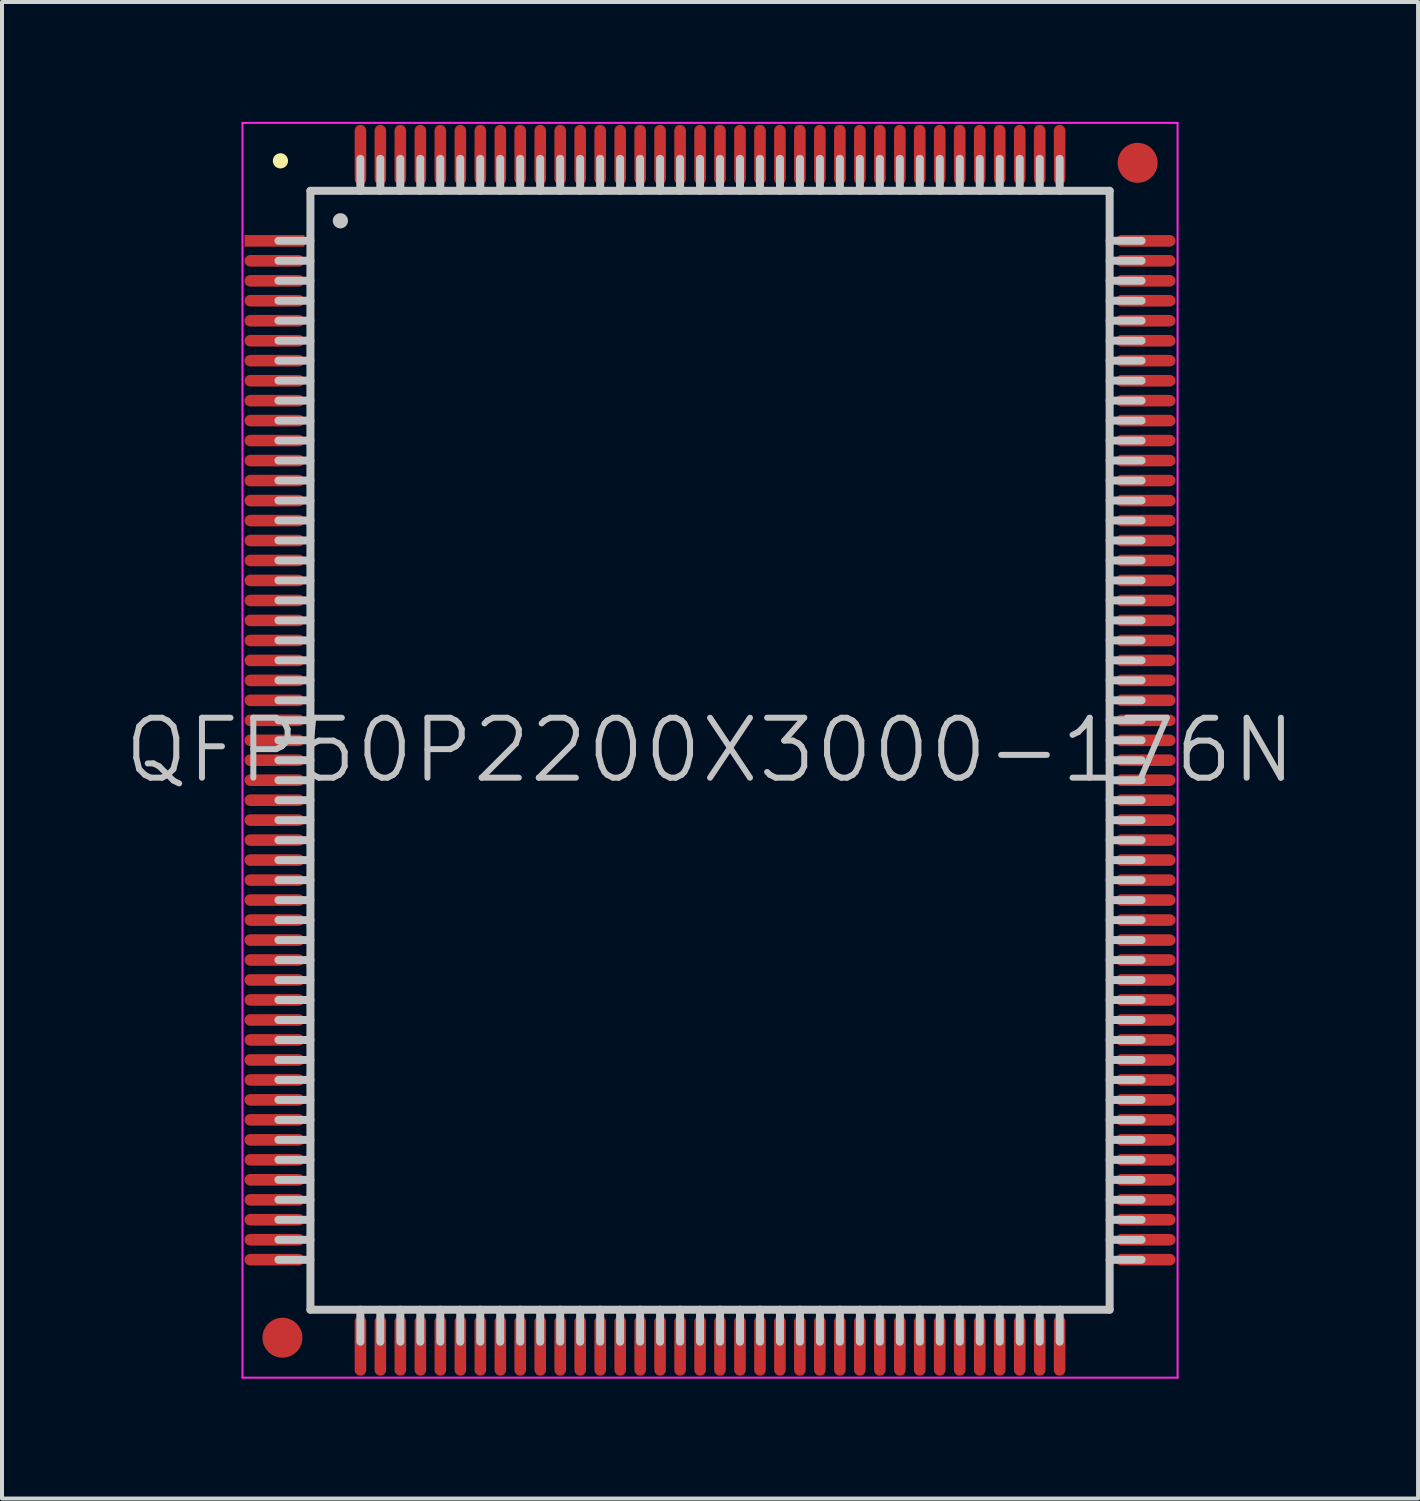
<source format=kicad_pcb>
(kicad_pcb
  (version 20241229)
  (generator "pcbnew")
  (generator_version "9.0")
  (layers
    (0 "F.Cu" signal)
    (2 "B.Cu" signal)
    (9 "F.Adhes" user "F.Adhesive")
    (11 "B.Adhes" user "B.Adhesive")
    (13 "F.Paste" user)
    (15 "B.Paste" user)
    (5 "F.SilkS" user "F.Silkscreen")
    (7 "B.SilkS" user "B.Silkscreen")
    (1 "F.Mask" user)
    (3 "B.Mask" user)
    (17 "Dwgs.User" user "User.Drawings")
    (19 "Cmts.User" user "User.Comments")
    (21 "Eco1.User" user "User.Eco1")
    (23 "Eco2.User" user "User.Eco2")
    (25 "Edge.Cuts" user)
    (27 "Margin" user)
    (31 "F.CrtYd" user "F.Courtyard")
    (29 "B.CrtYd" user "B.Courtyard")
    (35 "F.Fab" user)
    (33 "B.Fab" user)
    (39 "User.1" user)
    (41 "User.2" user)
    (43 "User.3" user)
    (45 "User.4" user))
  (footprint "QFP50P2200X3000-176N"
    (layer "F.Cu")
    (at 14.718 15.725)
    (property "Reference" "QFP50P2200X3000-176N" (at 0 0 0) (layer "Dwgs.User") (effects (font (size 1.5 1.5) (thickness 0.15))))
    (attr smd)
    (fp_line (start -10.75 -14.75) (end -10.75 -14.75) (stroke (width 0.381) (type solid)) (layer "F.SilkS"))
    (fp_line (start -10 -14) (end -10 14) (stroke (width 0.2) (type solid)) (layer "Dwgs.User"))
    (fp_line (start -10 -14) (end 10 -14) (stroke (width 0.2) (type solid)) (layer "Dwgs.User"))
    (fp_line (start -10 -12.75) (end -10.8 -12.75) (stroke (width 0.2) (type solid)) (layer "Dwgs.User"))
    (fp_line (start -10 -12.25) (end -10.8 -12.25) (stroke (width 0.2) (type solid)) (layer "Dwgs.User"))
    (fp_line (start -10 -11.75) (end -10.8 -11.75) (stroke (width 0.2) (type solid)) (layer "Dwgs.User"))
    (fp_line (start -10 -11.25) (end -10.8 -11.25) (stroke (width 0.2) (type solid)) (layer "Dwgs.User"))
    (fp_line (start -10 -10.75) (end -10.8 -10.75) (stroke (width 0.2) (type solid)) (layer "Dwgs.User"))
    (fp_line (start -10 -10.25) (end -10.8 -10.25) (stroke (width 0.2) (type solid)) (layer "Dwgs.User"))
    (fp_line (start -10 -9.75) (end -10.8 -9.75) (stroke (width 0.2) (type solid)) (layer "Dwgs.User"))
    (fp_line (start -10 -9.25) (end -10.8 -9.25) (stroke (width 0.2) (type solid)) (layer "Dwgs.User"))
    (fp_line (start -10 -8.75) (end -10.8 -8.75) (stroke (width 0.2) (type solid)) (layer "Dwgs.User"))
    (fp_line (start -10 -8.25) (end -10.8 -8.25) (stroke (width 0.2) (type solid)) (layer "Dwgs.User"))
    (fp_line (start -10 -7.75) (end -10.8 -7.75) (stroke (width 0.2) (type solid)) (layer "Dwgs.User"))
    (fp_line (start -10 -7.25) (end -10.8 -7.25) (stroke (width 0.2) (type solid)) (layer "Dwgs.User"))
    (fp_line (start -10 -6.75) (end -10.8 -6.75) (stroke (width 0.2) (type solid)) (layer "Dwgs.User"))
    (fp_line (start -10 -6.25) (end -10.8 -6.25) (stroke (width 0.2) (type solid)) (layer "Dwgs.User"))
    (fp_line (start -10 -5.75) (end -10.8 -5.75) (stroke (width 0.2) (type solid)) (layer "Dwgs.User"))
    (fp_line (start -10 -5.25) (end -10.8 -5.25) (stroke (width 0.2) (type solid)) (layer "Dwgs.User"))
    (fp_line (start -10 -4.75) (end -10.8 -4.75) (stroke (width 0.2) (type solid)) (layer "Dwgs.User"))
    (fp_line (start -10 -4.25) (end -10.8 -4.25) (stroke (width 0.2) (type solid)) (layer "Dwgs.User"))
    (fp_line (start -10 -3.75) (end -10.8 -3.75) (stroke (width 0.2) (type solid)) (layer "Dwgs.User"))
    (fp_line (start -10 -3.25) (end -10.8 -3.25) (stroke (width 0.2) (type solid)) (layer "Dwgs.User"))
    (fp_line (start -10 -2.75) (end -10.8 -2.75) (stroke (width 0.2) (type solid)) (layer "Dwgs.User"))
    (fp_line (start -10 -2.25) (end -10.8 -2.25) (stroke (width 0.2) (type solid)) (layer "Dwgs.User"))
    (fp_line (start -10 -1.75) (end -10.8 -1.75) (stroke (width 0.2) (type solid)) (layer "Dwgs.User"))
    (fp_line (start -10 -1.25) (end -10.8 -1.25) (stroke (width 0.2) (type solid)) (layer "Dwgs.User"))
    (fp_line (start -10 -0.75) (end -10.8 -0.75) (stroke (width 0.2) (type solid)) (layer "Dwgs.User"))
    (fp_line (start -10 -0.25) (end -10.8 -0.25) (stroke (width 0.2) (type solid)) (layer "Dwgs.User"))
    (fp_line (start -10 0.25) (end -10.8 0.25) (stroke (width 0.2) (type solid)) (layer "Dwgs.User"))
    (fp_line (start -10 0.75) (end -10.8 0.75) (stroke (width 0.2) (type solid)) (layer "Dwgs.User"))
    (fp_line (start -10 1.25) (end -10.8 1.25) (stroke (width 0.2) (type solid)) (layer "Dwgs.User"))
    (fp_line (start -10 1.75) (end -10.8 1.75) (stroke (width 0.2) (type solid)) (layer "Dwgs.User"))
    (fp_line (start -10 2.25) (end -10.8 2.25) (stroke (width 0.2) (type solid)) (layer "Dwgs.User"))
    (fp_line (start -10 2.75) (end -10.8 2.75) (stroke (width 0.2) (type solid)) (layer "Dwgs.User"))
    (fp_line (start -10 3.25) (end -10.8 3.25) (stroke (width 0.2) (type solid)) (layer "Dwgs.User"))
    (fp_line (start -10 3.75) (end -10.8 3.75) (stroke (width 0.2) (type solid)) (layer "Dwgs.User"))
    (fp_line (start -10 4.25) (end -10.8 4.25) (stroke (width 0.2) (type solid)) (layer "Dwgs.User"))
    (fp_line (start -10 4.75) (end -10.8 4.75) (stroke (width 0.2) (type solid)) (layer "Dwgs.User"))
    (fp_line (start -10 5.25) (end -10.8 5.25) (stroke (width 0.2) (type solid)) (layer "Dwgs.User"))
    (fp_line (start -10 5.75) (end -10.8 5.75) (stroke (width 0.2) (type solid)) (layer "Dwgs.User"))
    (fp_line (start -10 6.25) (end -10.8 6.25) (stroke (width 0.2) (type solid)) (layer "Dwgs.User"))
    (fp_line (start -10 6.75) (end -10.8 6.75) (stroke (width 0.2) (type solid)) (layer "Dwgs.User"))
    (fp_line (start -10 7.25) (end -10.8 7.25) (stroke (width 0.2) (type solid)) (layer "Dwgs.User"))
    (fp_line (start -10 7.75) (end -10.8 7.75) (stroke (width 0.2) (type solid)) (layer "Dwgs.User"))
    (fp_line (start -10 8.25) (end -10.8 8.25) (stroke (width 0.2) (type solid)) (layer "Dwgs.User"))
    (fp_line (start -10 8.75) (end -10.8 8.75) (stroke (width 0.2) (type solid)) (layer "Dwgs.User"))
    (fp_line (start -10 9.25) (end -10.8 9.25) (stroke (width 0.2) (type solid)) (layer "Dwgs.User"))
    (fp_line (start -10 9.75) (end -10.8 9.75) (stroke (width 0.2) (type solid)) (layer "Dwgs.User"))
    (fp_line (start -10 10.25) (end -10.8 10.25) (stroke (width 0.2) (type solid)) (layer "Dwgs.User"))
    (fp_line (start -10 10.75) (end -10.8 10.75) (stroke (width 0.2) (type solid)) (layer "Dwgs.User"))
    (fp_line (start -10 11.25) (end -10.8 11.25) (stroke (width 0.2) (type solid)) (layer "Dwgs.User"))
    (fp_line (start -10 11.75) (end -10.8 11.75) (stroke (width 0.2) (type solid)) (layer "Dwgs.User"))
    (fp_line (start -10 12.25) (end -10.8 12.25) (stroke (width 0.2) (type solid)) (layer "Dwgs.User"))
    (fp_line (start -10 12.75) (end -10.8 12.75) (stroke (width 0.2) (type solid)) (layer "Dwgs.User"))
    (fp_line (start -10 14) (end 10 14) (stroke (width 0.2) (type solid)) (layer "Dwgs.User"))
    (fp_line (start -9.25 -13.25) (end -9.25 -13.25) (stroke (width 0.381) (type solid)) (layer "Dwgs.User"))
    (fp_line (start -8.75 -14) (end -8.75 -14.8) (stroke (width 0.2) (type solid)) (layer "Dwgs.User"))
    (fp_line (start -8.75 14.8) (end -8.75 14) (stroke (width 0.2) (type solid)) (layer "Dwgs.User"))
    (fp_line (start -8.25 -14) (end -8.25 -14.8) (stroke (width 0.2) (type solid)) (layer "Dwgs.User"))
    (fp_line (start -8.25 14.8) (end -8.25 14) (stroke (width 0.2) (type solid)) (layer "Dwgs.User"))
    (fp_line (start -7.75 -14) (end -7.75 -14.8) (stroke (width 0.2) (type solid)) (layer "Dwgs.User"))
    (fp_line (start -7.75 14.8) (end -7.75 14) (stroke (width 0.2) (type solid)) (layer "Dwgs.User"))
    (fp_line (start -7.25 -14) (end -7.25 -14.8) (stroke (width 0.2) (type solid)) (layer "Dwgs.User"))
    (fp_line (start -7.25 14.8) (end -7.25 14) (stroke (width 0.2) (type solid)) (layer "Dwgs.User"))
    (fp_line (start -6.75 -14) (end -6.75 -14.8) (stroke (width 0.2) (type solid)) (layer "Dwgs.User"))
    (fp_line (start -6.75 14.8) (end -6.75 14) (stroke (width 0.2) (type solid)) (layer "Dwgs.User"))
    (fp_line (start -6.25 -14) (end -6.25 -14.8) (stroke (width 0.2) (type solid)) (layer "Dwgs.User"))
    (fp_line (start -6.25 14.8) (end -6.25 14) (stroke (width 0.2) (type solid)) (layer "Dwgs.User"))
    (fp_line (start -5.75 -14) (end -5.75 -14.8) (stroke (width 0.2) (type solid)) (layer "Dwgs.User"))
    (fp_line (start -5.75 14.8) (end -5.75 14) (stroke (width 0.2) (type solid)) (layer "Dwgs.User"))
    (fp_line (start -5.25 -14) (end -5.25 -14.8) (stroke (width 0.2) (type solid)) (layer "Dwgs.User"))
    (fp_line (start -5.25 14.8) (end -5.25 14) (stroke (width 0.2) (type solid)) (layer "Dwgs.User"))
    (fp_line (start -4.75 -14) (end -4.75 -14.8) (stroke (width 0.2) (type solid)) (layer "Dwgs.User"))
    (fp_line (start -4.75 14.8) (end -4.75 14) (stroke (width 0.2) (type solid)) (layer "Dwgs.User"))
    (fp_line (start -4.25 -14) (end -4.25 -14.8) (stroke (width 0.2) (type solid)) (layer "Dwgs.User"))
    (fp_line (start -4.25 14.8) (end -4.25 14) (stroke (width 0.2) (type solid)) (layer "Dwgs.User"))
    (fp_line (start -3.75 -14) (end -3.75 -14.8) (stroke (width 0.2) (type solid)) (layer "Dwgs.User"))
    (fp_line (start -3.75 14.8) (end -3.75 14) (stroke (width 0.2) (type solid)) (layer "Dwgs.User"))
    (fp_line (start -3.25 -14) (end -3.25 -14.8) (stroke (width 0.2) (type solid)) (layer "Dwgs.User"))
    (fp_line (start -3.25 14.8) (end -3.25 14) (stroke (width 0.2) (type solid)) (layer "Dwgs.User"))
    (fp_line (start -2.75 -14) (end -2.75 -14.8) (stroke (width 0.2) (type solid)) (layer "Dwgs.User"))
    (fp_line (start -2.75 14.8) (end -2.75 14) (stroke (width 0.2) (type solid)) (layer "Dwgs.User"))
    (fp_line (start -2.25 -14) (end -2.25 -14.8) (stroke (width 0.2) (type solid)) (layer "Dwgs.User"))
    (fp_line (start -2.25 14.8) (end -2.25 14) (stroke (width 0.2) (type solid)) (layer "Dwgs.User"))
    (fp_line (start -1.75 -14) (end -1.75 -14.8) (stroke (width 0.2) (type solid)) (layer "Dwgs.User"))
    (fp_line (start -1.75 14.8) (end -1.75 14) (stroke (width 0.2) (type solid)) (layer "Dwgs.User"))
    (fp_line (start -1.25 -14) (end -1.25 -14.8) (stroke (width 0.2) (type solid)) (layer "Dwgs.User"))
    (fp_line (start -1.25 14.8) (end -1.25 14) (stroke (width 0.2) (type solid)) (layer "Dwgs.User"))
    (fp_line (start -0.75 -14) (end -0.75 -14.8) (stroke (width 0.2) (type solid)) (layer "Dwgs.User"))
    (fp_line (start -0.75 14.8) (end -0.75 14) (stroke (width 0.2) (type solid)) (layer "Dwgs.User"))
    (fp_line (start -0.25 -14) (end -0.25 -14.8) (stroke (width 0.2) (type solid)) (layer "Dwgs.User"))
    (fp_line (start -0.25 14.8) (end -0.25 14) (stroke (width 0.2) (type solid)) (layer "Dwgs.User"))
    (fp_line (start 0.25 -14) (end 0.25 -14.8) (stroke (width 0.2) (type solid)) (layer "Dwgs.User"))
    (fp_line (start 0.25 14.8) (end 0.25 14) (stroke (width 0.2) (type solid)) (layer "Dwgs.User"))
    (fp_line (start 0.75 -14) (end 0.75 -14.8) (stroke (width 0.2) (type solid)) (layer "Dwgs.User"))
    (fp_line (start 0.75 14.8) (end 0.75 14) (stroke (width 0.2) (type solid)) (layer "Dwgs.User"))
    (fp_line (start 1.25 -14) (end 1.25 -14.8) (stroke (width 0.2) (type solid)) (layer "Dwgs.User"))
    (fp_line (start 1.25 14.8) (end 1.25 14) (stroke (width 0.2) (type solid)) (layer "Dwgs.User"))
    (fp_line (start 1.75 -14) (end 1.75 -14.8) (stroke (width 0.2) (type solid)) (layer "Dwgs.User"))
    (fp_line (start 1.75 14.8) (end 1.75 14) (stroke (width 0.2) (type solid)) (layer "Dwgs.User"))
    (fp_line (start 2.25 -14) (end 2.25 -14.8) (stroke (width 0.2) (type solid)) (layer "Dwgs.User"))
    (fp_line (start 2.25 14.8) (end 2.25 14) (stroke (width 0.2) (type solid)) (layer "Dwgs.User"))
    (fp_line (start 2.75 -14) (end 2.75 -14.8) (stroke (width 0.2) (type solid)) (layer "Dwgs.User"))
    (fp_line (start 2.75 14.8) (end 2.75 14) (stroke (width 0.2) (type solid)) (layer "Dwgs.User"))
    (fp_line (start 3.25 -14) (end 3.25 -14.8) (stroke (width 0.2) (type solid)) (layer "Dwgs.User"))
    (fp_line (start 3.25 14.8) (end 3.25 14) (stroke (width 0.2) (type solid)) (layer "Dwgs.User"))
    (fp_line (start 3.75 -14) (end 3.75 -14.8) (stroke (width 0.2) (type solid)) (layer "Dwgs.User"))
    (fp_line (start 3.75 14.8) (end 3.75 14) (stroke (width 0.2) (type solid)) (layer "Dwgs.User"))
    (fp_line (start 4.25 -14) (end 4.25 -14.8) (stroke (width 0.2) (type solid)) (layer "Dwgs.User"))
    (fp_line (start 4.25 14.8) (end 4.25 14) (stroke (width 0.2) (type solid)) (layer "Dwgs.User"))
    (fp_line (start 4.75 -14) (end 4.75 -14.8) (stroke (width 0.2) (type solid)) (layer "Dwgs.User"))
    (fp_line (start 4.75 14.8) (end 4.75 14) (stroke (width 0.2) (type solid)) (layer "Dwgs.User"))
    (fp_line (start 5.25 -14) (end 5.25 -14.8) (stroke (width 0.2) (type solid)) (layer "Dwgs.User"))
    (fp_line (start 5.25 14.8) (end 5.25 14) (stroke (width 0.2) (type solid)) (layer "Dwgs.User"))
    (fp_line (start 5.75 -14) (end 5.75 -14.8) (stroke (width 0.2) (type solid)) (layer "Dwgs.User"))
    (fp_line (start 5.75 14.8) (end 5.75 14) (stroke (width 0.2) (type solid)) (layer "Dwgs.User"))
    (fp_line (start 6.25 -14) (end 6.25 -14.8) (stroke (width 0.2) (type solid)) (layer "Dwgs.User"))
    (fp_line (start 6.25 14.8) (end 6.25 14) (stroke (width 0.2) (type solid)) (layer "Dwgs.User"))
    (fp_line (start 6.75 -14) (end 6.75 -14.8) (stroke (width 0.2) (type solid)) (layer "Dwgs.User"))
    (fp_line (start 6.75 14.8) (end 6.75 14) (stroke (width 0.2) (type solid)) (layer "Dwgs.User"))
    (fp_line (start 7.25 -14) (end 7.25 -14.8) (stroke (width 0.2) (type solid)) (layer "Dwgs.User"))
    (fp_line (start 7.25 14.8) (end 7.25 14) (stroke (width 0.2) (type solid)) (layer "Dwgs.User"))
    (fp_line (start 7.75 -14) (end 7.75 -14.8) (stroke (width 0.2) (type solid)) (layer "Dwgs.User"))
    (fp_line (start 7.75 14.8) (end 7.75 14) (stroke (width 0.2) (type solid)) (layer "Dwgs.User"))
    (fp_line (start 8.25 -14) (end 8.25 -14.8) (stroke (width 0.2) (type solid)) (layer "Dwgs.User"))
    (fp_line (start 8.25 14.8) (end 8.25 14) (stroke (width 0.2) (type solid)) (layer "Dwgs.User"))
    (fp_line (start 8.75 -14) (end 8.75 -14.8) (stroke (width 0.2) (type solid)) (layer "Dwgs.User"))
    (fp_line (start 8.75 14.8) (end 8.75 14) (stroke (width 0.2) (type solid)) (layer "Dwgs.User"))
    (fp_line (start 10 -14) (end 10 14) (stroke (width 0.2) (type solid)) (layer "Dwgs.User"))
    (fp_line (start 10.8 -12.75) (end 10 -12.75) (stroke (width 0.2) (type solid)) (layer "Dwgs.User"))
    (fp_line (start 10.8 -12.25) (end 10 -12.25) (stroke (width 0.2) (type solid)) (layer "Dwgs.User"))
    (fp_line (start 10.8 -11.75) (end 10 -11.75) (stroke (width 0.2) (type solid)) (layer "Dwgs.User"))
    (fp_line (start 10.8 -11.25) (end 10 -11.25) (stroke (width 0.2) (type solid)) (layer "Dwgs.User"))
    (fp_line (start 10.8 -10.75) (end 10 -10.75) (stroke (width 0.2) (type solid)) (layer "Dwgs.User"))
    (fp_line (start 10.8 -10.25) (end 10 -10.25) (stroke (width 0.2) (type solid)) (layer "Dwgs.User"))
    (fp_line (start 10.8 -9.75) (end 10 -9.75) (stroke (width 0.2) (type solid)) (layer "Dwgs.User"))
    (fp_line (start 10.8 -9.25) (end 10 -9.25) (stroke (width 0.2) (type solid)) (layer "Dwgs.User"))
    (fp_line (start 10.8 -8.75) (end 10 -8.75) (stroke (width 0.2) (type solid)) (layer "Dwgs.User"))
    (fp_line (start 10.8 -8.25) (end 10 -8.25) (stroke (width 0.2) (type solid)) (layer "Dwgs.User"))
    (fp_line (start 10.8 -7.75) (end 10 -7.75) (stroke (width 0.2) (type solid)) (layer "Dwgs.User"))
    (fp_line (start 10.8 -7.25) (end 10 -7.25) (stroke (width 0.2) (type solid)) (layer "Dwgs.User"))
    (fp_line (start 10.8 -6.75) (end 10 -6.75) (stroke (width 0.2) (type solid)) (layer "Dwgs.User"))
    (fp_line (start 10.8 -6.25) (end 10 -6.25) (stroke (width 0.2) (type solid)) (layer "Dwgs.User"))
    (fp_line (start 10.8 -5.75) (end 10 -5.75) (stroke (width 0.2) (type solid)) (layer "Dwgs.User"))
    (fp_line (start 10.8 -5.25) (end 10 -5.25) (stroke (width 0.2) (type solid)) (layer "Dwgs.User"))
    (fp_line (start 10.8 -4.75) (end 10 -4.75) (stroke (width 0.2) (type solid)) (layer "Dwgs.User"))
    (fp_line (start 10.8 -4.25) (end 10 -4.25) (stroke (width 0.2) (type solid)) (layer "Dwgs.User"))
    (fp_line (start 10.8 -3.75) (end 10 -3.75) (stroke (width 0.2) (type solid)) (layer "Dwgs.User"))
    (fp_line (start 10.8 -3.25) (end 10 -3.25) (stroke (width 0.2) (type solid)) (layer "Dwgs.User"))
    (fp_line (start 10.8 -2.75) (end 10 -2.75) (stroke (width 0.2) (type solid)) (layer "Dwgs.User"))
    (fp_line (start 10.8 -2.25) (end 10 -2.25) (stroke (width 0.2) (type solid)) (layer "Dwgs.User"))
    (fp_line (start 10.8 -1.75) (end 10 -1.75) (stroke (width 0.2) (type solid)) (layer "Dwgs.User"))
    (fp_line (start 10.8 -1.25) (end 10 -1.25) (stroke (width 0.2) (type solid)) (layer "Dwgs.User"))
    (fp_line (start 10.8 -0.75) (end 10 -0.75) (stroke (width 0.2) (type solid)) (layer "Dwgs.User"))
    (fp_line (start 10.8 -0.25) (end 10 -0.25) (stroke (width 0.2) (type solid)) (layer "Dwgs.User"))
    (fp_line (start 10.8 0.25) (end 10 0.25) (stroke (width 0.2) (type solid)) (layer "Dwgs.User"))
    (fp_line (start 10.8 0.75) (end 10 0.75) (stroke (width 0.2) (type solid)) (layer "Dwgs.User"))
    (fp_line (start 10.8 1.25) (end 10 1.25) (stroke (width 0.2) (type solid)) (layer "Dwgs.User"))
    (fp_line (start 10.8 1.75) (end 10 1.75) (stroke (width 0.2) (type solid)) (layer "Dwgs.User"))
    (fp_line (start 10.8 2.25) (end 10 2.25) (stroke (width 0.2) (type solid)) (layer "Dwgs.User"))
    (fp_line (start 10.8 2.75) (end 10 2.75) (stroke (width 0.2) (type solid)) (layer "Dwgs.User"))
    (fp_line (start 10.8 3.25) (end 10 3.25) (stroke (width 0.2) (type solid)) (layer "Dwgs.User"))
    (fp_line (start 10.8 3.75) (end 10 3.75) (stroke (width 0.2) (type solid)) (layer "Dwgs.User"))
    (fp_line (start 10.8 4.25) (end 10 4.25) (stroke (width 0.2) (type solid)) (layer "Dwgs.User"))
    (fp_line (start 10.8 4.75) (end 10 4.75) (stroke (width 0.2) (type solid)) (layer "Dwgs.User"))
    (fp_line (start 10.8 5.25) (end 10 5.25) (stroke (width 0.2) (type solid)) (layer "Dwgs.User"))
    (fp_line (start 10.8 5.75) (end 10 5.75) (stroke (width 0.2) (type solid)) (layer "Dwgs.User"))
    (fp_line (start 10.8 6.25) (end 10 6.25) (stroke (width 0.2) (type solid)) (layer "Dwgs.User"))
    (fp_line (start 10.8 6.75) (end 10 6.75) (stroke (width 0.2) (type solid)) (layer "Dwgs.User"))
    (fp_line (start 10.8 7.25) (end 10 7.25) (stroke (width 0.2) (type solid)) (layer "Dwgs.User"))
    (fp_line (start 10.8 7.75) (end 10 7.75) (stroke (width 0.2) (type solid)) (layer "Dwgs.User"))
    (fp_line (start 10.8 8.25) (end 10 8.25) (stroke (width 0.2) (type solid)) (layer "Dwgs.User"))
    (fp_line (start 10.8 8.75) (end 10 8.75) (stroke (width 0.2) (type solid)) (layer "Dwgs.User"))
    (fp_line (start 10.8 9.25) (end 10 9.25) (stroke (width 0.2) (type solid)) (layer "Dwgs.User"))
    (fp_line (start 10.8 9.75) (end 10 9.75) (stroke (width 0.2) (type solid)) (layer "Dwgs.User"))
    (fp_line (start 10.8 10.25) (end 10 10.25) (stroke (width 0.2) (type solid)) (layer "Dwgs.User"))
    (fp_line (start 10.8 10.75) (end 10 10.75) (stroke (width 0.2) (type solid)) (layer "Dwgs.User"))
    (fp_line (start 10.8 11.25) (end 10 11.25) (stroke (width 0.2) (type solid)) (layer "Dwgs.User"))
    (fp_line (start 10.8 11.75) (end 10 11.75) (stroke (width 0.2) (type solid)) (layer "Dwgs.User"))
    (fp_line (start 10.8 12.25) (end 10 12.25) (stroke (width 0.2) (type solid)) (layer "Dwgs.User"))
    (fp_line (start 10.8 12.75) (end 10 12.75) (stroke (width 0.2) (type solid)) (layer "Dwgs.User"))
    (fp_line (start -11.7 -15.7) (end -11.7 15.7) (stroke (width 0.05) (type solid)) (layer "F.CrtYd"))
    (fp_line (start -11.7 -15.7) (end 11.7 -15.7) (stroke (width 0.05) (type solid)) (layer "F.CrtYd"))
    (fp_line (start -11.7 15.7) (end 11.7 15.7) (stroke (width 0.05) (type solid)) (layer "F.CrtYd"))
    (fp_line (start 11.7 -15.7) (end 11.7 15.7) (stroke (width 0.05) (type solid)) (layer "F.CrtYd"))
    (pad "" smd circle (at -10.7 14.7) (size 1 1) (layers "F.Cu" "F.Mask"))
    (pad "" smd circle (at 10.7 -14.7) (size 1 1) (layers "F.Cu" "F.Mask"))
    (pad "1" smd rect (at -10.899 -12.748 90) (size 0.29 1.5) (layers "F.Cu" "F.Mask" "F.Paste"))
    (pad "2" smd oval (at -10.899 -12.248 90) (size 0.29 1.5) (layers "F.Cu" "F.Mask" "F.Paste"))
    (pad "3" smd oval (at -10.899 -11.748 90) (size 0.29 1.5) (layers "F.Cu" "F.Mask" "F.Paste"))
    (pad "4" smd oval (at -10.899 -11.25 90) (size 0.29 1.5) (layers "F.Cu" "F.Mask" "F.Paste"))
    (pad "5" smd oval (at -10.899 -10.749 90) (size 0.29 1.5) (layers "F.Cu" "F.Mask" "F.Paste"))
    (pad "6" smd oval (at -10.899 -10.249 90) (size 0.29 1.5) (layers "F.Cu" "F.Mask" "F.Paste"))
    (pad "7" smd oval (at -10.899 -9.749 90) (size 0.29 1.5) (layers "F.Cu" "F.Mask" "F.Paste"))
    (pad "8" smd oval (at -10.899 -9.248 90) (size 0.29 1.5) (layers "F.Cu" "F.Mask" "F.Paste"))
    (pad "9" smd oval (at -10.899 -8.748 90) (size 0.29 1.5) (layers "F.Cu" "F.Mask" "F.Paste"))
    (pad "10" smd oval (at -10.899 -8.25 90) (size 0.29 1.5) (layers "F.Cu" "F.Mask" "F.Paste"))
    (pad "11" smd oval (at -10.899 -7.75 90) (size 0.29 1.5) (layers "F.Cu" "F.Mask" "F.Paste"))
    (pad "12" smd oval (at -10.899 -7.249 90) (size 0.29 1.5) (layers "F.Cu" "F.Mask" "F.Paste"))
    (pad "13" smd oval (at -10.899 -6.749 90) (size 0.29 1.5) (layers "F.Cu" "F.Mask" "F.Paste"))
    (pad "14" smd oval (at -10.899 -6.248 90) (size 0.29 1.5) (layers "F.Cu" "F.Mask" "F.Paste"))
    (pad "15" smd oval (at -10.899 -5.748 90) (size 0.29 1.5) (layers "F.Cu" "F.Mask" "F.Paste"))
    (pad "16" smd oval (at -10.899 -5.248 90) (size 0.29 1.5) (layers "F.Cu" "F.Mask" "F.Paste"))
    (pad "17" smd oval (at -10.899 -4.75 90) (size 0.29 1.5) (layers "F.Cu" "F.Mask" "F.Paste"))
    (pad "18" smd oval (at -10.899 -4.249 90) (size 0.29 1.5) (layers "F.Cu" "F.Mask" "F.Paste"))
    (pad "19" smd oval (at -10.899 -3.749 90) (size 0.29 1.5) (layers "F.Cu" "F.Mask" "F.Paste"))
    (pad "20" smd oval (at -10.899 -3.249 90) (size 0.29 1.5) (layers "F.Cu" "F.Mask" "F.Paste"))
    (pad "21" smd oval (at -10.899 -2.748 90) (size 0.29 1.5) (layers "F.Cu" "F.Mask" "F.Paste"))
    (pad "22" smd oval (at -10.899 -2.248 90) (size 0.29 1.5) (layers "F.Cu" "F.Mask" "F.Paste"))
    (pad "23" smd oval (at -10.899 -1.748 90) (size 0.29 1.5) (layers "F.Cu" "F.Mask" "F.Paste"))
    (pad "24" smd oval (at -10.899 -1.25 90) (size 0.29 1.5) (layers "F.Cu" "F.Mask" "F.Paste"))
    (pad "25" smd oval (at -10.899 -0.749 90) (size 0.29 1.5) (layers "F.Cu" "F.Mask" "F.Paste"))
    (pad "26" smd oval (at -10.899 -0.249 90) (size 0.29 1.5) (layers "F.Cu" "F.Mask" "F.Paste"))
    (pad "27" smd oval (at -10.899 0.249 90) (size 0.29 1.5) (layers "F.Cu" "F.Mask" "F.Paste"))
    (pad "28" smd oval (at -10.899 0.749 90) (size 0.29 1.5) (layers "F.Cu" "F.Mask" "F.Paste"))
    (pad "29" smd oval (at -10.899 1.25 90) (size 0.29 1.5) (layers "F.Cu" "F.Mask" "F.Paste"))
    (pad "30" smd oval (at -10.899 1.748 90) (size 0.29 1.5) (layers "F.Cu" "F.Mask" "F.Paste"))
    (pad "31" smd oval (at -10.899 2.248 90) (size 0.29 1.5) (layers "F.Cu" "F.Mask" "F.Paste"))
    (pad "32" smd oval (at -10.899 2.748 90) (size 0.29 1.5) (layers "F.Cu" "F.Mask" "F.Paste"))
    (pad "33" smd oval (at -10.899 3.249 90) (size 0.29 1.5) (layers "F.Cu" "F.Mask" "F.Paste"))
    (pad "34" smd oval (at -10.899 3.749 90) (size 0.29 1.5) (layers "F.Cu" "F.Mask" "F.Paste"))
    (pad "35" smd oval (at -10.899 4.249 90) (size 0.29 1.5) (layers "F.Cu" "F.Mask" "F.Paste"))
    (pad "36" smd oval (at -10.899 4.75 90) (size 0.29 1.5) (layers "F.Cu" "F.Mask" "F.Paste"))
    (pad "37" smd oval (at -10.899 5.248 90) (size 0.29 1.5) (layers "F.Cu" "F.Mask" "F.Paste"))
    (pad "38" smd oval (at -10.899 5.748 90) (size 0.29 1.5) (layers "F.Cu" "F.Mask" "F.Paste"))
    (pad "39" smd oval (at -10.899 6.248 90) (size 0.29 1.5) (layers "F.Cu" "F.Mask" "F.Paste"))
    (pad "40" smd oval (at -10.899 6.749 90) (size 0.29 1.5) (layers "F.Cu" "F.Mask" "F.Paste"))
    (pad "41" smd oval (at -10.899 7.249 90) (size 0.29 1.5) (layers "F.Cu" "F.Mask" "F.Paste"))
    (pad "42" smd oval (at -10.899 7.75 90) (size 0.29 1.5) (layers "F.Cu" "F.Mask" "F.Paste"))
    (pad "43" smd oval (at -10.899 8.25 90) (size 0.29 1.5) (layers "F.Cu" "F.Mask" "F.Paste"))
    (pad "44" smd oval (at -10.899 8.748 90) (size 0.29 1.5) (layers "F.Cu" "F.Mask" "F.Paste"))
    (pad "45" smd oval (at -10.899 9.248 90) (size 0.29 1.5) (layers "F.Cu" "F.Mask" "F.Paste"))
    (pad "46" smd oval (at -10.899 9.749 90) (size 0.29 1.5) (layers "F.Cu" "F.Mask" "F.Paste"))
    (pad "47" smd oval (at -10.899 10.249 90) (size 0.29 1.5) (layers "F.Cu" "F.Mask" "F.Paste"))
    (pad "48" smd oval (at -10.899 10.749 90) (size 0.29 1.5) (layers "F.Cu" "F.Mask" "F.Paste"))
    (pad "49" smd oval (at -10.899 11.25 90) (size 0.29 1.5) (layers "F.Cu" "F.Mask" "F.Paste"))
    (pad "50" smd oval (at -10.899 11.748 90) (size 0.29 1.5) (layers "F.Cu" "F.Mask" "F.Paste"))
    (pad "51" smd oval (at -10.899 12.248 90) (size 0.29 1.5) (layers "F.Cu" "F.Mask" "F.Paste"))
    (pad "52" smd oval (at -10.899 12.748 90) (size 0.29 1.5) (layers "F.Cu" "F.Mask" "F.Paste"))
    (pad "53" smd oval (at -8.748 14.9 180) (size 0.29 1.5) (layers "F.Cu" "F.Mask" "F.Paste"))
    (pad "54" smd oval (at -8.25 14.9 180) (size 0.29 1.5) (layers "F.Cu" "F.Mask" "F.Paste"))
    (pad "55" smd oval (at -7.75 14.9 180) (size 0.29 1.5) (layers "F.Cu" "F.Mask" "F.Paste"))
    (pad "56" smd oval (at -7.249 14.9 180) (size 0.29 1.5) (layers "F.Cu" "F.Mask" "F.Paste"))
    (pad "57" smd oval (at -6.749 14.9 180) (size 0.29 1.5) (layers "F.Cu" "F.Mask" "F.Paste"))
    (pad "58" smd oval (at -6.248 14.9 180) (size 0.29 1.5) (layers "F.Cu" "F.Mask" "F.Paste"))
    (pad "59" smd oval (at -5.748 14.9 180) (size 0.29 1.5) (layers "F.Cu" "F.Mask" "F.Paste"))
    (pad "60" smd oval (at -5.248 14.9 180) (size 0.29 1.5) (layers "F.Cu" "F.Mask" "F.Paste"))
    (pad "61" smd oval (at -4.75 14.9 180) (size 0.29 1.5) (layers "F.Cu" "F.Mask" "F.Paste"))
    (pad "62" smd oval (at -4.249 14.9 180) (size 0.29 1.5) (layers "F.Cu" "F.Mask" "F.Paste"))
    (pad "63" smd oval (at -3.749 14.9 180) (size 0.29 1.5) (layers "F.Cu" "F.Mask" "F.Paste"))
    (pad "64" smd oval (at -3.249 14.9 180) (size 0.29 1.5) (layers "F.Cu" "F.Mask" "F.Paste"))
    (pad "65" smd oval (at -2.748 14.9 180) (size 0.29 1.5) (layers "F.Cu" "F.Mask" "F.Paste"))
    (pad "66" smd oval (at -2.248 14.9 180) (size 0.29 1.5) (layers "F.Cu" "F.Mask" "F.Paste"))
    (pad "67" smd oval (at -1.748 14.9 180) (size 0.29 1.5) (layers "F.Cu" "F.Mask" "F.Paste"))
    (pad "68" smd oval (at -1.25 14.9 180) (size 0.29 1.5) (layers "F.Cu" "F.Mask" "F.Paste"))
    (pad "69" smd oval (at -0.749 14.9 180) (size 0.29 1.5) (layers "F.Cu" "F.Mask" "F.Paste"))
    (pad "70" smd oval (at -0.249 14.9 180) (size 0.29 1.5) (layers "F.Cu" "F.Mask" "F.Paste"))
    (pad "71" smd oval (at 0.249 14.9 180) (size 0.29 1.5) (layers "F.Cu" "F.Mask" "F.Paste"))
    (pad "72" smd oval (at 0.749 14.9 180) (size 0.29 1.5) (layers "F.Cu" "F.Mask" "F.Paste"))
    (pad "73" smd oval (at 1.25 14.9 180) (size 0.29 1.5) (layers "F.Cu" "F.Mask" "F.Paste"))
    (pad "74" smd oval (at 1.748 14.9 180) (size 0.29 1.5) (layers "F.Cu" "F.Mask" "F.Paste"))
    (pad "75" smd oval (at 2.248 14.9 180) (size 0.29 1.5) (layers "F.Cu" "F.Mask" "F.Paste"))
    (pad "76" smd oval (at 2.748 14.9 180) (size 0.29 1.5) (layers "F.Cu" "F.Mask" "F.Paste"))
    (pad "77" smd oval (at 3.249 14.9 180) (size 0.29 1.5) (layers "F.Cu" "F.Mask" "F.Paste"))
    (pad "78" smd oval (at 3.749 14.9 180) (size 0.29 1.5) (layers "F.Cu" "F.Mask" "F.Paste"))
    (pad "79" smd oval (at 4.249 14.9 180) (size 0.29 1.5) (layers "F.Cu" "F.Mask" "F.Paste"))
    (pad "80" smd oval (at 4.75 14.9 180) (size 0.29 1.5) (layers "F.Cu" "F.Mask" "F.Paste"))
    (pad "81" smd oval (at 5.248 14.9 180) (size 0.29 1.5) (layers "F.Cu" "F.Mask" "F.Paste"))
    (pad "82" smd oval (at 5.748 14.9 180) (size 0.29 1.5) (layers "F.Cu" "F.Mask" "F.Paste"))
    (pad "83" smd oval (at 6.248 14.9 180) (size 0.29 1.5) (layers "F.Cu" "F.Mask" "F.Paste"))
    (pad "84" smd oval (at 6.749 14.9 180) (size 0.29 1.5) (layers "F.Cu" "F.Mask" "F.Paste"))
    (pad "85" smd oval (at 7.249 14.9 180) (size 0.29 1.5) (layers "F.Cu" "F.Mask" "F.Paste"))
    (pad "86" smd oval (at 7.75 14.9 180) (size 0.29 1.5) (layers "F.Cu" "F.Mask" "F.Paste"))
    (pad "87" smd oval (at 8.25 14.9 180) (size 0.29 1.5) (layers "F.Cu" "F.Mask" "F.Paste"))
    (pad "88" smd oval (at 8.748 14.9 180) (size 0.29 1.5) (layers "F.Cu" "F.Mask" "F.Paste"))
    (pad "89" smd oval (at 10.899 12.748 270) (size 0.29 1.5) (layers "F.Cu" "F.Mask" "F.Paste"))
    (pad "90" smd oval (at 10.899 12.248 270) (size 0.29 1.5) (layers "F.Cu" "F.Mask" "F.Paste"))
    (pad "91" smd oval (at 10.899 11.748 270) (size 0.29 1.5) (layers "F.Cu" "F.Mask" "F.Paste"))
    (pad "92" smd oval (at 10.899 11.25 270) (size 0.29 1.5) (layers "F.Cu" "F.Mask" "F.Paste"))
    (pad "93" smd oval (at 10.899 10.749 270) (size 0.29 1.5) (layers "F.Cu" "F.Mask" "F.Paste"))
    (pad "94" smd oval (at 10.899 10.249 270) (size 0.29 1.5) (layers "F.Cu" "F.Mask" "F.Paste"))
    (pad "95" smd oval (at 10.899 9.749 270) (size 0.29 1.5) (layers "F.Cu" "F.Mask" "F.Paste"))
    (pad "96" smd oval (at 10.899 9.248 270) (size 0.29 1.5) (layers "F.Cu" "F.Mask" "F.Paste"))
    (pad "97" smd oval (at 10.899 8.748 270) (size 0.29 1.5) (layers "F.Cu" "F.Mask" "F.Paste"))
    (pad "98" smd oval (at 10.899 8.25 270) (size 0.29 1.5) (layers "F.Cu" "F.Mask" "F.Paste"))
    (pad "99" smd oval (at 10.899 7.75 270) (size 0.29 1.5) (layers "F.Cu" "F.Mask" "F.Paste"))
    (pad "100" smd oval (at 10.899 7.249 270) (size 0.29 1.5) (layers "F.Cu" "F.Mask" "F.Paste"))
    (pad "101" smd oval (at 10.899 6.749 270) (size 0.29 1.5) (layers "F.Cu" "F.Mask" "F.Paste"))
    (pad "102" smd oval (at 10.899 6.248 270) (size 0.29 1.5) (layers "F.Cu" "F.Mask" "F.Paste"))
    (pad "103" smd oval (at 10.899 5.748 270) (size 0.29 1.5) (layers "F.Cu" "F.Mask" "F.Paste"))
    (pad "104" smd oval (at 10.899 5.248 270) (size 0.29 1.5) (layers "F.Cu" "F.Mask" "F.Paste"))
    (pad "105" smd oval (at 10.899 4.75 270) (size 0.29 1.5) (layers "F.Cu" "F.Mask" "F.Paste"))
    (pad "106" smd oval (at 10.899 4.249 270) (size 0.29 1.5) (layers "F.Cu" "F.Mask" "F.Paste"))
    (pad "107" smd oval (at 10.899 3.749 270) (size 0.29 1.5) (layers "F.Cu" "F.Mask" "F.Paste"))
    (pad "108" smd oval (at 10.899 3.249 270) (size 0.29 1.5) (layers "F.Cu" "F.Mask" "F.Paste"))
    (pad "109" smd oval (at 10.899 2.748 270) (size 0.29 1.5) (layers "F.Cu" "F.Mask" "F.Paste"))
    (pad "110" smd oval (at 10.899 2.248 270) (size 0.29 1.5) (layers "F.Cu" "F.Mask" "F.Paste"))
    (pad "111" smd oval (at 10.899 1.748 270) (size 0.29 1.5) (layers "F.Cu" "F.Mask" "F.Paste"))
    (pad "112" smd oval (at 10.899 1.25 270) (size 0.29 1.5) (layers "F.Cu" "F.Mask" "F.Paste"))
    (pad "113" smd oval (at 10.899 0.749 270) (size 0.29 1.5) (layers "F.Cu" "F.Mask" "F.Paste"))
    (pad "114" smd oval (at 10.899 0.249 270) (size 0.29 1.5) (layers "F.Cu" "F.Mask" "F.Paste"))
    (pad "115" smd oval (at 10.899 -0.249 270) (size 0.29 1.5) (layers "F.Cu" "F.Mask" "F.Paste"))
    (pad "116" smd oval (at 10.899 -0.749 270) (size 0.29 1.5) (layers "F.Cu" "F.Mask" "F.Paste"))
    (pad "117" smd oval (at 10.899 -1.25 270) (size 0.29 1.5) (layers "F.Cu" "F.Mask" "F.Paste"))
    (pad "118" smd oval (at 10.899 -1.748 270) (size 0.29 1.5) (layers "F.Cu" "F.Mask" "F.Paste"))
    (pad "119" smd oval (at 10.899 -2.248 270) (size 0.29 1.5) (layers "F.Cu" "F.Mask" "F.Paste"))
    (pad "120" smd oval (at 10.899 -2.748 270) (size 0.29 1.5) (layers "F.Cu" "F.Mask" "F.Paste"))
    (pad "121" smd oval (at 10.899 -3.249 270) (size 0.29 1.5) (layers "F.Cu" "F.Mask" "F.Paste"))
    (pad "122" smd oval (at 10.899 -3.749 270) (size 0.29 1.5) (layers "F.Cu" "F.Mask" "F.Paste"))
    (pad "123" smd oval (at 10.899 -4.249 270) (size 0.29 1.5) (layers "F.Cu" "F.Mask" "F.Paste"))
    (pad "124" smd oval (at 10.899 -4.75 270) (size 0.29 1.5) (layers "F.Cu" "F.Mask" "F.Paste"))
    (pad "125" smd oval (at 10.899 -5.248 270) (size 0.29 1.5) (layers "F.Cu" "F.Mask" "F.Paste"))
    (pad "126" smd oval (at 10.899 -5.748 270) (size 0.29 1.5) (layers "F.Cu" "F.Mask" "F.Paste"))
    (pad "127" smd oval (at 10.899 -6.248 270) (size 0.29 1.5) (layers "F.Cu" "F.Mask" "F.Paste"))
    (pad "128" smd oval (at 10.899 -6.749 270) (size 0.29 1.5) (layers "F.Cu" "F.Mask" "F.Paste"))
    (pad "129" smd oval (at 10.899 -7.249 270) (size 0.29 1.5) (layers "F.Cu" "F.Mask" "F.Paste"))
    (pad "130" smd oval (at 10.899 -7.75 270) (size 0.29 1.5) (layers "F.Cu" "F.Mask" "F.Paste"))
    (pad "131" smd oval (at 10.899 -8.25 270) (size 0.29 1.5) (layers "F.Cu" "F.Mask" "F.Paste"))
    (pad "132" smd oval (at 10.899 -8.748 270) (size 0.29 1.5) (layers "F.Cu" "F.Mask" "F.Paste"))
    (pad "133" smd oval (at 10.899 -9.248 270) (size 0.29 1.5) (layers "F.Cu" "F.Mask" "F.Paste"))
    (pad "134" smd oval (at 10.899 -9.749 270) (size 0.29 1.5) (layers "F.Cu" "F.Mask" "F.Paste"))
    (pad "135" smd oval (at 10.899 -10.249 270) (size 0.29 1.5) (layers "F.Cu" "F.Mask" "F.Paste"))
    (pad "136" smd oval (at 10.899 -10.749 270) (size 0.29 1.5) (layers "F.Cu" "F.Mask" "F.Paste"))
    (pad "137" smd oval (at 10.899 -11.25 270) (size 0.29 1.5) (layers "F.Cu" "F.Mask" "F.Paste"))
    (pad "138" smd oval (at 10.899 -11.748 270) (size 0.29 1.5) (layers "F.Cu" "F.Mask" "F.Paste"))
    (pad "139" smd oval (at 10.899 -12.248 270) (size 0.29 1.5) (layers "F.Cu" "F.Mask" "F.Paste"))
    (pad "140" smd oval (at 10.899 -12.748 270) (size 0.29 1.5) (layers "F.Cu" "F.Mask" "F.Paste"))
    (pad "141" smd oval (at 8.748 -14.9) (size 0.29 1.5) (layers "F.Cu" "F.Mask" "F.Paste"))
    (pad "142" smd oval (at 8.25 -14.9) (size 0.29 1.5) (layers "F.Cu" "F.Mask" "F.Paste"))
    (pad "143" smd oval (at 7.75 -14.9) (size 0.29 1.5) (layers "F.Cu" "F.Mask" "F.Paste"))
    (pad "144" smd oval (at 7.249 -14.9) (size 0.29 1.5) (layers "F.Cu" "F.Mask" "F.Paste"))
    (pad "145" smd oval (at 6.749 -14.9) (size 0.29 1.5) (layers "F.Cu" "F.Mask" "F.Paste"))
    (pad "146" smd oval (at 6.248 -14.9) (size 0.29 1.5) (layers "F.Cu" "F.Mask" "F.Paste"))
    (pad "147" smd oval (at 5.748 -14.9) (size 0.29 1.5) (layers "F.Cu" "F.Mask" "F.Paste"))
    (pad "148" smd oval (at 5.248 -14.9) (size 0.29 1.5) (layers "F.Cu" "F.Mask" "F.Paste"))
    (pad "149" smd oval (at 4.75 -14.9) (size 0.29 1.5) (layers "F.Cu" "F.Mask" "F.Paste"))
    (pad "150" smd oval (at 4.249 -14.9) (size 0.29 1.5) (layers "F.Cu" "F.Mask" "F.Paste"))
    (pad "151" smd oval (at 3.749 -14.9) (size 0.29 1.5) (layers "F.Cu" "F.Mask" "F.Paste"))
    (pad "152" smd oval (at 3.249 -14.9) (size 0.29 1.5) (layers "F.Cu" "F.Mask" "F.Paste"))
    (pad "153" smd oval (at 2.748 -14.9) (size 0.29 1.5) (layers "F.Cu" "F.Mask" "F.Paste"))
    (pad "154" smd oval (at 2.248 -14.9) (size 0.29 1.5) (layers "F.Cu" "F.Mask" "F.Paste"))
    (pad "155" smd oval (at 1.748 -14.9) (size 0.29 1.5) (layers "F.Cu" "F.Mask" "F.Paste"))
    (pad "156" smd oval (at 1.25 -14.9) (size 0.29 1.5) (layers "F.Cu" "F.Mask" "F.Paste"))
    (pad "157" smd oval (at 0.749 -14.9) (size 0.29 1.5) (layers "F.Cu" "F.Mask" "F.Paste"))
    (pad "158" smd oval (at 0.249 -14.9) (size 0.29 1.5) (layers "F.Cu" "F.Mask" "F.Paste"))
    (pad "159" smd oval (at -0.249 -14.9) (size 0.29 1.5) (layers "F.Cu" "F.Mask" "F.Paste"))
    (pad "160" smd oval (at -0.749 -14.9) (size 0.29 1.5) (layers "F.Cu" "F.Mask" "F.Paste"))
    (pad "161" smd oval (at -1.25 -14.9) (size 0.29 1.5) (layers "F.Cu" "F.Mask" "F.Paste"))
    (pad "162" smd oval (at -1.748 -14.9) (size 0.29 1.5) (layers "F.Cu" "F.Mask" "F.Paste"))
    (pad "163" smd oval (at -2.248 -14.9) (size 0.29 1.5) (layers "F.Cu" "F.Mask" "F.Paste"))
    (pad "164" smd oval (at -2.748 -14.9) (size 0.29 1.5) (layers "F.Cu" "F.Mask" "F.Paste"))
    (pad "165" smd oval (at -3.249 -14.9) (size 0.29 1.5) (layers "F.Cu" "F.Mask" "F.Paste"))
    (pad "166" smd oval (at -3.749 -14.9) (size 0.29 1.5) (layers "F.Cu" "F.Mask" "F.Paste"))
    (pad "167" smd oval (at -4.249 -14.9) (size 0.29 1.5) (layers "F.Cu" "F.Mask" "F.Paste"))
    (pad "168" smd oval (at -4.75 -14.9) (size 0.29 1.5) (layers "F.Cu" "F.Mask" "F.Paste"))
    (pad "169" smd oval (at -5.248 -14.9) (size 0.29 1.5) (layers "F.Cu" "F.Mask" "F.Paste"))
    (pad "170" smd oval (at -5.748 -14.9) (size 0.29 1.5) (layers "F.Cu" "F.Mask" "F.Paste"))
    (pad "171" smd oval (at -6.248 -14.9) (size 0.29 1.5) (layers "F.Cu" "F.Mask" "F.Paste"))
    (pad "172" smd oval (at -6.749 -14.9) (size 0.29 1.5) (layers "F.Cu" "F.Mask" "F.Paste"))
    (pad "173" smd oval (at -7.249 -14.9) (size 0.29 1.5) (layers "F.Cu" "F.Mask" "F.Paste"))
    (pad "174" smd oval (at -7.75 -14.9) (size 0.29 1.5) (layers "F.Cu" "F.Mask" "F.Paste"))
    (pad "175" smd oval (at -8.25 -14.9) (size 0.29 1.5) (layers "F.Cu" "F.Mask" "F.Paste"))
    (pad "176" smd oval (at -8.748 -14.9) (size 0.29 1.5) (layers "F.Cu" "F.Mask" "F.Paste")))
  (gr_rect
    (start -3 -3)
    (end 32.436 34.45)
    (stroke (width 0.1) (type default))
    (fill no)
    (layer "Edge.Cuts")))
</source>
